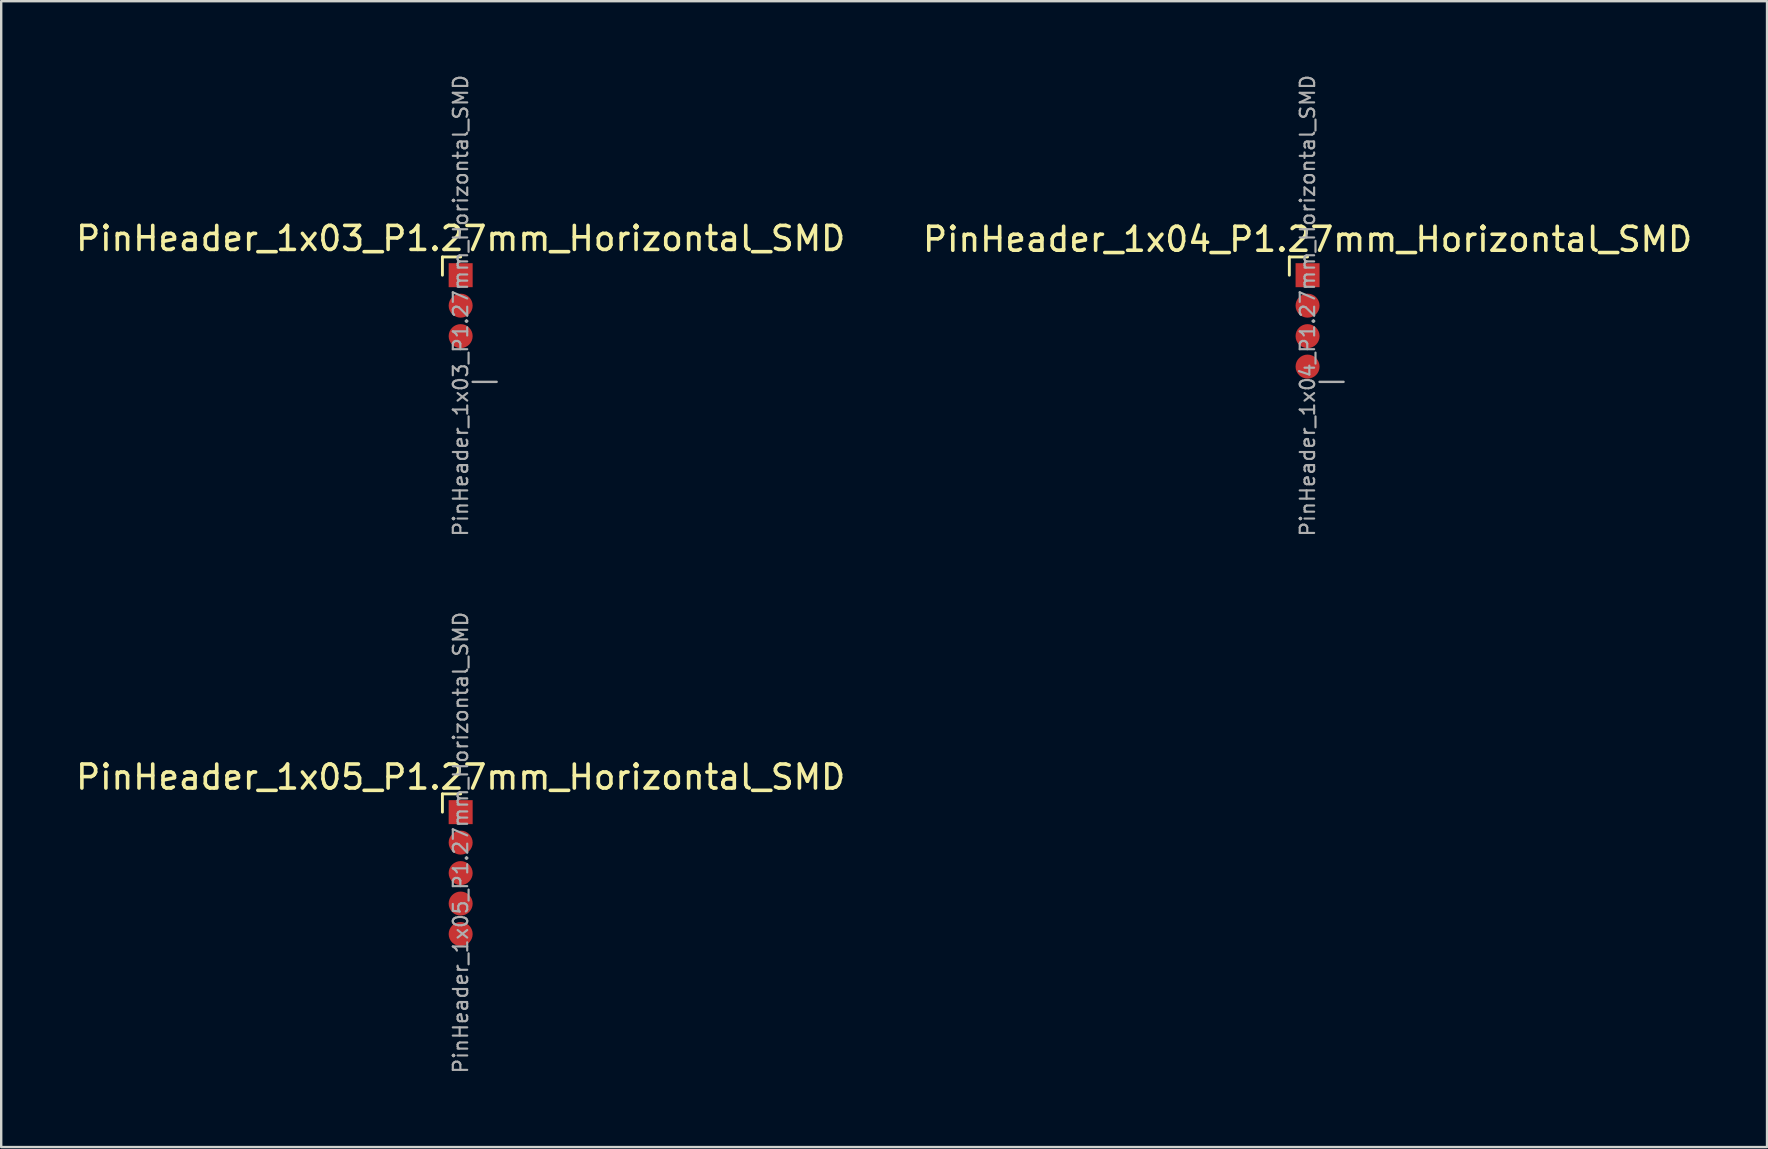
<source format=kicad_pcb>
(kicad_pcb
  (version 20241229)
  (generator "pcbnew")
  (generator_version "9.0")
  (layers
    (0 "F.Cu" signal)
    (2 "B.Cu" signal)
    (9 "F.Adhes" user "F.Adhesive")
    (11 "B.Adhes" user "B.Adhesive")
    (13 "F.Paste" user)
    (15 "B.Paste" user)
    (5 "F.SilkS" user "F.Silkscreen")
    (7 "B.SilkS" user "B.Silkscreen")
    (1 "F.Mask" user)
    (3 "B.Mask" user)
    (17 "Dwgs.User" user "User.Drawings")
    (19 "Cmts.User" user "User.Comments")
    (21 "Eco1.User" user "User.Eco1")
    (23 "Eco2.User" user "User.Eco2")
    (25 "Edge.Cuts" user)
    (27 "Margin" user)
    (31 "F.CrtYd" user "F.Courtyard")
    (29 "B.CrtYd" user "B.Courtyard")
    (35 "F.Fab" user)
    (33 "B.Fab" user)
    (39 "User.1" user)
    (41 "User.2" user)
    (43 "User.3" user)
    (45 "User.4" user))
  (footprint "PinHeader_1x05_P1.27mm_Horizontal_SMD"
    (layer "F.Cu")
    (at 16.149 33.338)
    (property "Reference" "PinHeader_1x05_P1.27mm_Horizontal_SMD" (at 0 -4 0) (layer "F.SilkS") (effects (font (size 1 1) (thickness 0.15))))
    (attr through_hole)
    (fp_line (start -0.76 -3.3) (end 0 -3.3) (stroke (width 0.12) (type solid)) (layer "F.SilkS"))
    (fp_line (start -0.76 -2.54) (end -0.76 -3.3) (stroke (width 0.12) (type solid)) (layer "F.SilkS"))
    (fp_rect (start -0.76 -3.3) (end 0.8 3.13) (stroke (width 0.1) (type default)) (fill no) (layer "Margin"))
    (fp_text user "${REFERENCE}" (at 0 -1.27 90) (layer "F.Fab") (effects (font (size 0.6 0.6) (thickness 0.09))))
    (pad "1" smd rect (at 0 -2.54) (size 1 1) (layers "F.Cu" "F.Mask" "F.Paste"))
    (pad "2" smd oval (at 0 -1.27) (size 1 1) (layers "F.Cu" "F.Mask" "F.Paste"))
    (pad "3" smd oval (at 0 0) (size 1 1) (layers "F.Cu" "F.Mask" "F.Paste"))
    (pad "4" smd oval (at 0 1.27) (size 1 1) (layers "F.Cu" "F.Mask" "F.Paste"))
    (pad "5" smd oval (at 0 2.54) (size 1 1) (layers "F.Cu" "F.Mask" "F.Paste")))
  (footprint "PinHeader_1x03_P1.27mm_Horizontal_SMD"
    (layer "F.Cu")
    (at 16.149 9.689)
    (property "Reference" "PinHeader_1x03_P1.27mm_Horizontal_SMD" (at 0 -2.8 0) (layer "F.SilkS") (effects (font (size 1 1) (thickness 0.15))))
    (attr through_hole)
    (fp_line (start -0.76 -2.03) (end 0 -2.03) (stroke (width 0.12) (type solid)) (layer "F.SilkS"))
    (fp_line (start -0.76 -1.27) (end -0.76 -2.03) (stroke (width 0.12) (type solid)) (layer "F.SilkS"))
    (fp_rect (start -0.76 -2.03) (end 0.8 2) (stroke (width 0.1) (type default)) (fill no) (layer "Margin"))
    (fp_line (start 1.5 3.175) (end 0.5 3.175) (stroke (width 0.1) (type solid)) (layer "F.Fab"))
    (fp_text user "${REFERENCE}" (at 0 0 90) (layer "F.Fab") (effects (font (size 0.6 0.6) (thickness 0.09))))
    (pad "1" smd rect (at 0 -1.27) (size 1 1) (layers "F.Cu" "F.Mask" "F.Paste"))
    (pad "2" smd oval (at 0 0) (size 1 1) (layers "F.Cu" "F.Mask" "F.Paste"))
    (pad "3" smd oval (at 0 1.27) (size 1 1) (layers "F.Cu" "F.Mask" "F.Paste")))
  (footprint "PinHeader_1x04_P1.27mm_Horizontal_SMD"
    (layer "F.Cu")
    (at 51.446 10.324)
    (property "Reference" "PinHeader_1x04_P1.27mm_Horizontal_SMD" (at 0 -3.4 0) (layer "F.SilkS") (effects (font (size 1 1) (thickness 0.15))))
    (attr through_hole)
    (fp_line (start -0.76 -2.665) (end 0 -2.665) (stroke (width 0.12) (type solid)) (layer "F.SilkS"))
    (fp_line (start -0.76 -1.905) (end -0.76 -2.665) (stroke (width 0.12) (type solid)) (layer "F.SilkS"))
    (fp_rect (start -0.76 -2.665) (end 0.8 2.565) (stroke (width 0.1) (type default)) (fill no) (layer "Margin"))
    (fp_line (start 1.5 2.54) (end 0.5 2.54) (stroke (width 0.1) (type solid)) (layer "F.Fab"))
    (fp_text user "${REFERENCE}" (at 0 -0.635 90) (layer "F.Fab") (effects (font (size 0.6 0.6) (thickness 0.09))))
    (pad "1" smd rect (at 0 -1.905) (size 1 1) (layers "F.Cu" "F.Mask" "F.Paste"))
    (pad "2" smd oval (at 0 -0.635) (size 1 1) (layers "F.Cu" "F.Mask" "F.Paste"))
    (pad "3" smd oval (at 0 0.635) (size 1 1) (layers "F.Cu" "F.Mask" "F.Paste"))
    (pad "4" smd oval (at 0 1.905) (size 1 1) (layers "F.Cu" "F.Mask" "F.Paste")))
  (gr_rect
    (start -3 -3)
    (end 70.595 44.757)
    (stroke (width 0.1) (type default))
    (fill no)
    (layer "Edge.Cuts")))
</source>
